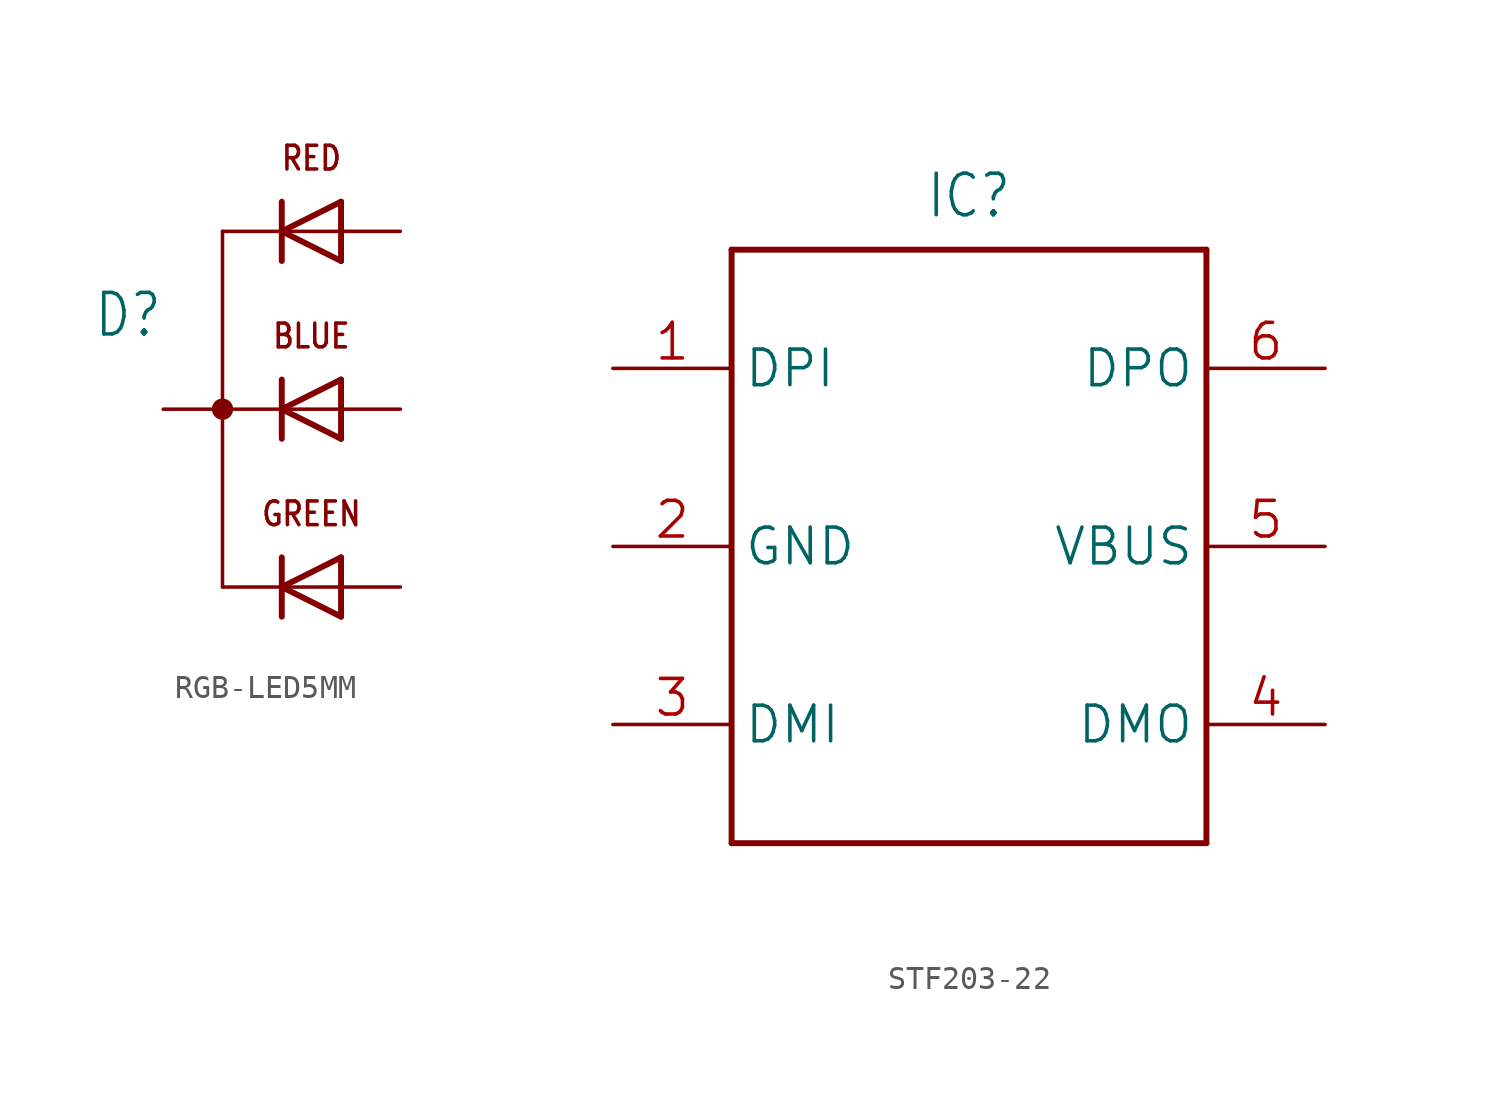
<source format=kicad_sym>
(kicad_symbol_lib
  (version 20241209)
  (generator "kicad_symbol_editor")
  (generator_version "9.0")
  (symbol "RGB-LED5MM"
    (property "Reference" "D"
      (at -2.54 5.08 0)
      (effects (font (size 1.778 1.511)) (justify right top)))
    (property "Value" ""
      (at -2.54 -2.54 0)
      (effects (font (size 1.778 1.511)) (justify right top)))
    (property "ki_locked" ""
      (at 0 0 0)
      (effects (font (size 1.27 1.27))))
    (symbol "RGB-LED5MM_1_0"
      (polyline (pts (xy 0 7.62) (xy 0 -7.62)) (stroke (width 0.152) (type solid)) (fill (type none)))
      (circle (center 0 0) (radius 0.254) (stroke (width 0.406) (type solid)) (fill (type none)))
      (polyline (pts (xy 0 -7.62) (xy 2.54 -7.62)) (stroke (width 0.152) (type solid)) (fill (type none)))
      (polyline (pts (xy 2.54 7.62) (xy 0 7.62)) (stroke (width 0.152) (type solid)) (fill (type none)))
      (polyline (pts (xy 2.54 7.62) (xy 2.54 8.89)) (stroke (width 0.254) (type solid)) (fill (type none)))
      (polyline (pts (xy 2.54 7.62) (xy 5.08 8.89)) (stroke (width 0.254) (type solid)) (fill (type none)))
      (polyline (pts (xy 2.54 6.35) (xy 2.54 7.62)) (stroke (width 0.254) (type solid)) (fill (type none)))
      (polyline (pts (xy 2.54 0) (xy 0 0)) (stroke (width 0.152) (type solid)) (fill (type none)))
      (polyline (pts (xy 2.54 0) (xy 2.54 1.27)) (stroke (width 0.254) (type solid)) (fill (type none)))
      (polyline (pts (xy 2.54 0) (xy 5.08 1.27)) (stroke (width 0.254) (type solid)) (fill (type none)))
      (polyline (pts (xy 2.54 -1.27) (xy 2.54 0)) (stroke (width 0.254) (type solid)) (fill (type none)))
      (polyline (pts (xy 2.54 -7.62) (xy 2.54 -6.35)) (stroke (width 0.254) (type solid)) (fill (type none)))
      (polyline (pts (xy 2.54 -7.62) (xy 5.08 -6.35)) (stroke (width 0.254) (type solid)) (fill (type none)))
      (polyline (pts (xy 2.54 -8.89) (xy 2.54 -7.62)) (stroke (width 0.254) (type solid)) (fill (type none)))
      (polyline (pts (xy 5.08 7.62) (xy 2.54 7.62)) (stroke (width 0.152) (type solid)) (fill (type none)))
      (polyline (pts (xy 5.08 7.62) (xy 5.08 8.89)) (stroke (width 0.254) (type solid)) (fill (type none)))
      (polyline (pts (xy 5.08 6.35) (xy 2.54 7.62)) (stroke (width 0.254) (type solid)) (fill (type none)))
      (polyline (pts (xy 5.08 6.35) (xy 5.08 7.62)) (stroke (width 0.254) (type solid)) (fill (type none)))
      (polyline (pts (xy 5.08 0) (xy 2.54 0)) (stroke (width 0.152) (type solid)) (fill (type none)))
      (polyline (pts (xy 5.08 0) (xy 5.08 1.27)) (stroke (width 0.254) (type solid)) (fill (type none)))
      (polyline (pts (xy 5.08 -1.27) (xy 2.54 0)) (stroke (width 0.254) (type solid)) (fill (type none)))
      (polyline (pts (xy 5.08 -1.27) (xy 5.08 0)) (stroke (width 0.254) (type solid)) (fill (type none)))
      (polyline (pts (xy 5.08 -7.62) (xy 2.54 -7.62)) (stroke (width 0.152) (type solid)) (fill (type none)))
      (polyline (pts (xy 5.08 -7.62) (xy 5.08 -6.35)) (stroke (width 0.254) (type solid)) (fill (type none)))
      (polyline (pts (xy 5.08 -8.89) (xy 2.54 -7.62)) (stroke (width 0.254) (type solid)) (fill (type none)))
      (polyline (pts (xy 5.08 -8.89) (xy 5.08 -7.62)) (stroke (width 0.254) (type solid)) (fill (type none)))
      (text "RED" (at 3.81 10.16 0) (effects (font (size 1.016 0.864)) (justify bottom)))
      (text "BLUE" (at 3.81 2.54 0) (effects (font (size 1.016 0.864)) (justify bottom)))
      (text "GREEN" (at 3.81 -5.08 0) (effects (font (size 1.016 0.864)) (justify bottom)))
      (pin passive line (at -2.54 0 0) (length 2.54) (name "C" (effects (font (size 0 0)))) (number "C" (effects (font (size 0 0)))))
      (pin passive line (at 7.62 7.62 180) (length 2.54) (name "AR" (effects (font (size 0 0)))) (number "AR" (effects (font (size 0 0)))))
      (pin passive line (at 7.62 0 180) (length 2.54) (name "AB" (effects (font (size 0 0)))) (number "AB" (effects (font (size 0 0)))))
      (pin passive line (at 7.62 -7.62 180) (length 2.54) (name "AG" (effects (font (size 0 0)))) (number "AG" (effects (font (size 0 0)))))))
  (symbol "STF203-22"
    (property "Reference" "IC"
      (at 0 13.97 0)
      (effects (font (size 1.778 1.511)) (justify bottom)))
    (property "Value" ""
      (at 0 -13.97 0)
      (effects (font (size 1.778 1.511)) (justify top)))
    (property "ki_locked" ""
      (at 0 0 0)
      (effects (font (size 1.27 1.27))))
    (symbol "STF203-22_1_0"
      (polyline (pts (xy -10.16 12.7) (xy -10.16 -12.7)) (stroke (width 0.254) (type solid)) (fill (type none)))
      (polyline (pts (xy -10.16 -12.7) (xy 10.16 -12.7)) (stroke (width 0.254) (type solid)) (fill (type none)))
      (polyline (pts (xy 10.16 12.7) (xy -10.16 12.7)) (stroke (width 0.254) (type solid)) (fill (type none)))
      (polyline (pts (xy 10.16 -12.7) (xy 10.16 12.7)) (stroke (width 0.254) (type solid)) (fill (type none)))
      (pin bidirectional line (at -15.24 7.62 0) (length 5.08) (name "DPI" (effects (font (size 1.524 1.524)))) (number "1" (effects (font (size 1.524 1.524)))))
      (pin bidirectional line (at -15.24 0 0) (length 5.08) (name "GND" (effects (font (size 1.524 1.524)))) (number "2" (effects (font (size 1.524 1.524)))))
      (pin bidirectional line (at -15.24 -7.62 0) (length 5.08) (name "DMI" (effects (font (size 1.524 1.524)))) (number "3" (effects (font (size 1.524 1.524)))))
      (pin bidirectional line (at 15.24 7.62 180) (length 5.08) (name "DPO" (effects (font (size 1.524 1.524)))) (number "6" (effects (font (size 1.524 1.524)))))
      (pin bidirectional line (at 15.24 0 180) (length 5.08) (name "VBUS" (effects (font (size 1.524 1.524)))) (number "5" (effects (font (size 1.524 1.524)))))
      (pin bidirectional line (at 15.24 -7.62 180) (length 5.08) (name "DMO" (effects (font (size 1.524 1.524)))) (number "4" (effects (font (size 1.524 1.524))))))))
</source>
